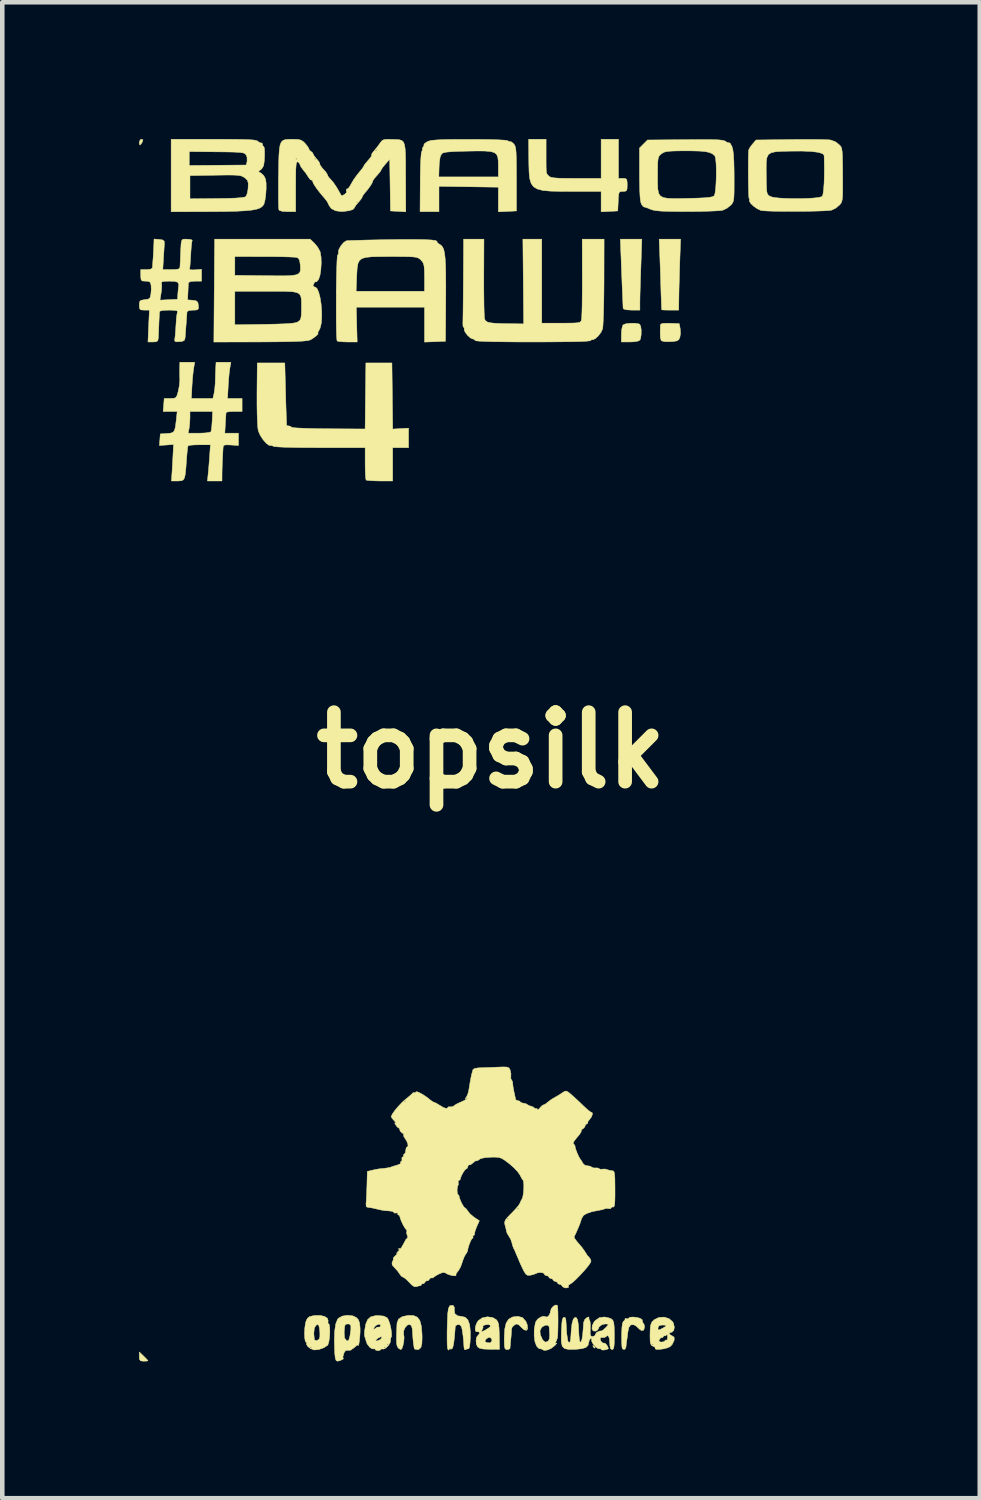
<source format=kicad_pcb>
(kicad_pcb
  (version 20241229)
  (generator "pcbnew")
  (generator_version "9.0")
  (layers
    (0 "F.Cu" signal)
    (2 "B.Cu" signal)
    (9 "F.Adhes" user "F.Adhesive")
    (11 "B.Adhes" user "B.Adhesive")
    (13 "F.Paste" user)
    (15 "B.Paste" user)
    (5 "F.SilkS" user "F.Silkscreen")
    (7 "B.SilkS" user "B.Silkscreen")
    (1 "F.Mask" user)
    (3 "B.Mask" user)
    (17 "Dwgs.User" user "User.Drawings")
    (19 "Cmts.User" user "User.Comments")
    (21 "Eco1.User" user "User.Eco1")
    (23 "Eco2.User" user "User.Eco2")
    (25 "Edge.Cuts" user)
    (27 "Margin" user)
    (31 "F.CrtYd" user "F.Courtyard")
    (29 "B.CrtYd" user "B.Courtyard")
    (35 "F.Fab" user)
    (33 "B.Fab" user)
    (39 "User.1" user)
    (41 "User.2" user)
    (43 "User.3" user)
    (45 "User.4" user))
  (footprint "topsilk"
    (layer "F.Cu")
    (at 7.72 13.403)
    (property "Reference" "topsilk" (at 0 0 0) (layer "F.SilkS") (effects (font (size 1.524 1.524) (thickness 0.3))))
    (attr through_hole)
    (fp_poly (pts (xy -2 10.938) (xy -2.016 10.954) (xy -2.032 10.938) (xy -2.016 10.922) (xy -2 10.938)) (stroke (width 0.01) (type solid)) (fill yes) (layer "F.SilkS"))
    (fp_poly (pts (xy 2.249 13.062) (xy 2.283 13.094) (xy 2.276 13.112) (xy 2.272 13.113) (xy 2.245 13.09) (xy 2.235 13.076) (xy 2.232 13.054) (xy 2.249 13.062)) (stroke (width 0.01) (type solid)) (fill yes) (layer "F.SilkS"))
    (fp_poly (pts (xy -7.635 -13.388) (xy -7.647 -13.344) (xy -7.652 -13.335) (xy -7.684 -13.285) (xy -7.7 -13.271) (xy -7.713 -13.298) (xy -7.715 -13.335) (xy -7.695 -13.387) (xy -7.667 -13.399) (xy -7.635 -13.388)) (stroke (width 0.01) (type solid)) (fill yes) (layer "F.SilkS"))
    (fp_poly (pts (xy -7.62 13.287) (xy -7.561 13.346) (xy -7.528 13.383) (xy -7.525 13.389) (xy -7.552 13.396) (xy -7.619 13.398) (xy -7.62 13.399) (xy -7.686 13.391) (xy -7.712 13.357) (xy -7.715 13.297) (xy -7.715 13.196) (xy -7.62 13.287)) (stroke (width 0.01) (type solid)) (fill yes) (layer "F.SilkS"))
    (fp_poly (pts (xy 3.226 -9.354) (xy 3.259 -9.342) (xy 3.281 -9.297) (xy 3.292 -9.214) (xy 3.291 -9.118) (xy 3.279 -9.034) (xy 3.262 -8.993) (xy 3.211 -8.969) (xy 3.113 -8.956) (xy 3.044 -8.954) (xy 2.857 -8.954) (xy 2.857 -9.122) (xy 2.864 -9.224) (xy 2.882 -9.303) (xy 2.896 -9.328) (xy 2.95 -9.351) (xy 3.04 -9.363) (xy 3.141 -9.365) (xy 3.226 -9.354)) (stroke (width 0.01) (type solid)) (fill yes) (layer "F.SilkS"))
    (fp_poly (pts (xy 3.921 -9.363) (xy 4.126 -9.356) (xy 4.147 -9.245) (xy 4.154 -9.144) (xy 4.14 -9.054) (xy 4.139 -9.052) (xy 4.116 -9.004) (xy 4.076 -8.978) (xy 4.002 -8.965) (xy 3.931 -8.96) (xy 3.81 -8.961) (xy 3.74 -8.978) (xy 3.729 -8.989) (xy 3.712 -9.053) (xy 3.708 -9.178) (xy 3.712 -9.32) (xy 3.725 -9.347) (xy 3.77 -9.361) (xy 3.859 -9.364) (xy 3.921 -9.363)) (stroke (width 0.01) (type solid)) (fill yes) (layer "F.SilkS"))
    (fp_poly (pts (xy 3.285 -10.597) (xy 3.278 -10.393) (xy 3.272 -10.2) (xy 3.267 -10.03) (xy 3.264 -9.897) (xy 3.263 -9.819) (xy 3.263 -9.652) (xy 3.082 -9.652) (xy 2.962 -9.659) (xy 2.903 -9.679) (xy 2.896 -9.692) (xy 2.893 -9.737) (xy 2.889 -9.837) (xy 2.883 -9.981) (xy 2.875 -10.16) (xy 2.867 -10.365) (xy 2.858 -10.586) (xy 2.85 -10.814) (xy 2.845 -10.93) (xy 2.835 -11.208) (xy 3.306 -11.208) (xy 3.285 -10.597)) (stroke (width 0.01) (type solid)) (fill yes) (layer "F.SilkS"))
    (fp_poly (pts (xy 4.14 -10.771) (xy 4.134 -10.57) (xy 4.128 -10.354) (xy 4.122 -10.148) (xy 4.119 -9.993) (xy 4.114 -9.652) (xy 3.93 -9.652) (xy 3.831 -9.653) (xy 3.762 -9.656) (xy 3.742 -9.66) (xy 3.739 -9.693) (xy 3.736 -9.777) (xy 3.731 -9.899) (xy 3.726 -10.046) (xy 3.726 -10.049) (xy 3.72 -10.25) (xy 3.713 -10.479) (xy 3.705 -10.702) (xy 3.701 -10.819) (xy 3.686 -11.208) (xy 4.156 -11.208) (xy 4.14 -10.771)) (stroke (width 0.01) (type solid)) (fill yes) (layer "F.SilkS"))
    (fp_poly (pts (xy 0.69 12.443) (xy 0.763 12.526) (xy 0.792 12.598) (xy 0.802 12.685) (xy 0.776 12.723) (xy 0.722 12.709) (xy 0.694 12.684) (xy 0.762 12.684) (xy 0.778 12.7) (xy 0.794 12.684) (xy 0.778 12.668) (xy 0.762 12.684) (xy 0.694 12.684) (xy 0.658 12.651) (xy 0.601 12.595) (xy 0.556 12.584) (xy 0.516 12.601) (xy 0.463 12.65) (xy 0.449 12.692) (xy 0.446 12.754) (xy 0.439 12.853) (xy 0.432 12.922) (xy 0.423 13.023) (xy 0.416 13.097) (xy 0.414 13.121) (xy 0.386 13.14) (xy 0.351 13.145) (xy 0.32 13.139) (xy 0.302 13.114) (xy 0.292 13.057) (xy 0.289 12.956) (xy 0.289 12.884) (xy 0.299 12.696) (xy 0.33 12.562) (xy 0.387 12.475) (xy 0.475 12.428) (xy 0.589 12.415) (xy 0.69 12.443)) (stroke (width 0.01) (type solid)) (fill yes) (layer "F.SilkS"))
    (fp_poly (pts (xy 3.198 12.44) (xy 3.263 12.457) (xy 3.311 12.486) (xy 3.318 12.51) (xy 3.323 12.548) (xy 3.333 12.557) (xy 3.358 12.601) (xy 3.365 12.654) (xy 3.347 12.716) (xy 3.301 12.729) (xy 3.245 12.69) (xy 3.232 12.674) (xy 3.168 12.618) (xy 3.121 12.598) (xy 3.062 12.602) (xy 3.023 12.654) (xy 2.999 12.761) (xy 2.995 12.795) (xy 2.983 12.894) (xy 2.974 12.954) (xy 2.963 13.039) (xy 2.958 13.089) (xy 2.935 13.138) (xy 2.895 13.137) (xy 2.876 13.117) (xy 2.869 13.075) (xy 2.864 12.985) (xy 2.863 12.865) (xy 2.863 12.812) (xy 2.869 12.663) (xy 2.881 12.57) (xy 2.901 12.525) (xy 2.91 12.519) (xy 2.938 12.489) (xy 2.935 12.475) (xy 2.943 12.46) (xy 2.967 12.466) (xy 3.009 12.468) (xy 3.016 12.455) (xy 3.044 12.435) (xy 3.111 12.43) (xy 3.198 12.44)) (stroke (width 0.01) (type solid)) (fill yes) (layer "F.SilkS"))
    (fp_poly (pts (xy -1.699 12.398) (xy -1.618 12.434) (xy -1.562 12.508) (xy -1.53 12.629) (xy -1.515 12.802) (xy -1.513 12.875) (xy -1.518 13.014) (xy -1.54 13.099) (xy -1.583 13.139) (xy -1.618 13.145) (xy -1.672 13.135) (xy -1.685 13.121) (xy -1.693 13.072) (xy -1.7 13.033) (xy -1.708 12.967) (xy -1.717 12.864) (xy -1.721 12.789) (xy -1.73 12.68) (xy -1.749 12.62) (xy -1.781 12.595) (xy -1.786 12.593) (xy -1.838 12.608) (xy -1.887 12.663) (xy -1.918 12.737) (xy -1.918 12.806) (xy -1.917 12.81) (xy -1.908 12.874) (xy -1.914 12.962) (xy -1.931 13.051) (xy -1.954 13.119) (xy -1.979 13.145) (xy -2.025 13.12) (xy -2.05 13.089) (xy -2.064 13.055) (xy -2.072 13) (xy -2.075 12.915) (xy -2.073 12.79) (xy -2.066 12.613) (xy -2.063 12.561) (xy -2.03 12.475) (xy -1.942 12.419) (xy -1.812 12.394) (xy -1.699 12.398)) (stroke (width 0.01) (type solid)) (fill yes) (layer "F.SilkS"))
    (fp_poly (pts (xy -0.804 12.221) (xy -0.806 12.265) (xy -0.797 12.353) (xy -0.738 12.403) (xy -0.665 12.414) (xy -0.573 12.433) (xy -0.51 12.491) (xy -0.471 12.596) (xy -0.455 12.754) (xy -0.455 12.852) (xy -0.461 12.985) (xy -0.472 13.079) (xy -0.487 13.122) (xy -0.492 13.123) (xy -0.543 13.136) (xy -0.558 13.146) (xy -0.585 13.145) (xy -0.595 13.088) (xy -0.603 12.963) (xy -0.616 12.831) (xy -0.633 12.715) (xy -0.649 12.643) (xy -0.686 12.601) (xy -0.739 12.596) (xy -0.779 12.624) (xy -0.786 12.647) (xy -0.801 12.843) (xy -0.817 12.983) (xy -0.833 13.072) (xy -0.851 13.119) (xy -0.855 13.123) (xy -0.885 13.138) (xy -0.889 13.127) (xy -0.903 13.122) (xy -0.917 13.139) (xy -0.94 13.157) (xy -0.956 13.116) (xy -0.957 13.108) (xy -0.963 13.036) (xy -0.965 12.915) (xy -0.965 12.762) (xy -0.961 12.591) (xy -0.954 12.418) (xy -0.952 12.36) (xy -0.936 12.243) (xy -0.906 12.183) (xy -0.897 12.178) (xy -0.833 12.174) (xy -0.804 12.221)) (stroke (width 0.01) (type solid)) (fill yes) (layer "F.SilkS"))
    (fp_poly (pts (xy 1.206 -13.049) (xy 1.206 -12.886) (xy 1.207 -12.775) (xy 1.21 -12.704) (xy 1.216 -12.661) (xy 1.227 -12.635) (xy 1.245 -12.614) (xy 1.261 -12.597) (xy 1.286 -12.576) (xy 1.325 -12.562) (xy 1.387 -12.552) (xy 1.483 -12.545) (xy 1.62 -12.542) (xy 1.809 -12.541) (xy 1.862 -12.541) (xy 2.413 -12.541) (xy 2.413 -13.399) (xy 2.794 -13.399) (xy 2.794 -12.541) (xy 2.889 -12.541) (xy 2.948 -12.537) (xy 2.976 -12.513) (xy 2.984 -12.452) (xy 2.985 -12.398) (xy 2.982 -12.311) (xy 2.966 -12.269) (xy 2.925 -12.256) (xy 2.891 -12.255) (xy 2.841 -12.253) (xy 2.812 -12.237) (xy 2.798 -12.192) (xy 2.79 -12.105) (xy 2.788 -12.041) (xy 2.778 -11.827) (xy 2.596 -11.817) (xy 2.413 -11.808) (xy 2.413 -12.255) (xy 1.777 -12.255) (xy 1.508 -12.256) (xy 1.295 -12.262) (xy 1.133 -12.277) (xy 1.014 -12.308) (xy 0.931 -12.357) (xy 0.878 -12.431) (xy 0.847 -12.535) (xy 0.833 -12.672) (xy 0.828 -12.849) (xy 0.827 -12.941) (xy 0.823 -13.399) (xy 1.206 -13.399) (xy 1.206 -13.049)) (stroke (width 0.01) (type solid)) (fill yes) (layer "F.SilkS"))
    (fp_poly (pts (xy -3.651 12.417) (xy -3.588 12.459) (xy -3.573 12.515) (xy -3.576 12.525) (xy -3.578 12.566) (xy -3.566 12.573) (xy -3.547 12.601) (xy -3.538 12.674) (xy -3.537 12.772) (xy -3.544 12.878) (xy -3.558 12.972) (xy -3.578 13.038) (xy -3.588 13.052) (xy -3.672 13.105) (xy -3.779 13.143) (xy -3.876 13.152) (xy -3.889 13.15) (xy -3.96 13.122) (xy -3.993 13.097) (xy -3.969 13.097) (xy -3.953 13.113) (xy -3.937 13.097) (xy -3.953 13.081) (xy -3.969 13.097) (xy -3.993 13.097) (xy -4.019 13.077) (xy -4.048 13.031) (xy -4.046 13.013) (xy -4.049 12.987) (xy -4.057 12.986) (xy -4.076 12.957) (xy -4.088 12.884) (xy -4.091 12.79) (xy -3.888 12.79) (xy -3.876 12.928) (xy -3.848 12.945) (xy -3.818 12.946) (xy -3.77 12.914) (xy -3.755 12.861) (xy -3.755 12.769) (xy -3.764 12.677) (xy -3.78 12.61) (xy -3.805 12.594) (xy -3.837 12.609) (xy -3.876 12.671) (xy -3.888 12.79) (xy -4.091 12.79) (xy -4.091 12.784) (xy -4.086 12.676) (xy -4.073 12.578) (xy -4.059 12.524) (xy -4.029 12.459) (xy -3.985 12.423) (xy -3.906 12.403) (xy -3.867 12.397) (xy -3.748 12.395) (xy -3.651 12.417)) (stroke (width 0.01) (type solid)) (fill yes) (layer "F.SilkS"))
    (fp_poly (pts (xy 0.035 12.442) (xy 0.111 12.486) (xy 0.142 12.523) (xy 0.162 12.576) (xy 0.173 12.659) (xy 0.179 12.786) (xy 0.18 12.842) (xy 0.185 13.139) (xy -0.033 13.138) (xy -0.167 13.132) (xy -0.251 13.115) (xy -0.296 13.085) (xy -0.324 13.024) (xy -0.328 12.964) (xy -0.136 12.964) (xy -0.101 12.989) (xy -0.026 12.998) (xy 0.015 12.964) (xy 0.018 12.928) (xy -0.012 12.882) (xy -0.065 12.881) (xy -0.117 12.921) (xy -0.136 12.964) (xy -0.328 12.964) (xy -0.33 12.943) (xy -0.317 12.87) (xy -0.287 12.833) (xy -0.257 12.796) (xy -0.254 12.778) (xy -0.276 12.748) (xy -0.302 12.752) (xy -0.337 12.744) (xy -0.337 12.744) (xy -0.212 12.744) (xy -0.199 12.75) (xy -0.142 12.724) (xy -0.131 12.718) (xy -0.061 12.676) (xy -0.019 12.642) (xy -0.018 12.64) (xy -0.021 12.608) (xy -0.066 12.593) (xy -0.132 12.603) (xy -0.143 12.607) (xy -0.183 12.627) (xy -0.181 12.634) (xy -0.175 12.659) (xy -0.192 12.702) (xy -0.212 12.744) (xy -0.337 12.744) (xy -0.349 12.696) (xy -0.339 12.625) (xy -0.308 12.549) (xy -0.281 12.509) (xy -0.193 12.448) (xy -0.079 12.425) (xy 0.035 12.442)) (stroke (width 0.01) (type solid)) (fill yes) (layer "F.SilkS"))
    (fp_poly (pts (xy -3.034 12.404) (xy -2.956 12.44) (xy -2.91 12.49) (xy -2.885 12.558) (xy -2.874 12.665) (xy -2.873 12.68) (xy -2.873 12.761) (xy -2.879 12.854) (xy -2.888 12.944) (xy -2.898 13.015) (xy -2.909 13.055) (xy -2.917 13.047) (xy -2.918 13.043) (xy -2.939 13.048) (xy -2.988 13.088) (xy -3.001 13.1) (xy -3.083 13.158) (xy -3.14 13.161) (xy -3.189 13.163) (xy -3.224 13.213) (xy -3.233 13.239) (xy -3.25 13.304) (xy -3.246 13.335) (xy -3.245 13.335) (xy -3.238 13.345) (xy -3.27 13.366) (xy -3.319 13.387) (xy -3.365 13.398) (xy -3.368 13.398) (xy -3.399 13.383) (xy -3.418 13.329) (xy -3.429 13.224) (xy -3.429 13.216) (xy -3.438 12.953) (xy -3.432 12.779) (xy -3.222 12.779) (xy -3.213 12.89) (xy -3.171 12.946) (xy -3.137 12.954) (xy -3.118 12.926) (xy -3.098 12.857) (xy -3.094 12.835) (xy -3.076 12.707) (xy -3.075 12.629) (xy -3.093 12.591) (xy -3.133 12.581) (xy -3.143 12.582) (xy -3.182 12.587) (xy -3.203 12.607) (xy -3.214 12.657) (xy -3.221 12.751) (xy -3.222 12.779) (xy -3.432 12.779) (xy -3.431 12.741) (xy -3.407 12.581) (xy -3.367 12.479) (xy -3.35 12.458) (xy -3.264 12.41) (xy -3.15 12.391) (xy -3.034 12.404)) (stroke (width 0.01) (type solid)) (fill yes) (layer "F.SilkS"))
    (fp_poly (pts (xy 1.453 12.174) (xy 1.46 12.211) (xy 1.465 12.295) (xy 1.467 12.411) (xy 1.468 12.542) (xy 1.466 12.673) (xy 1.463 12.787) (xy 1.457 12.868) (xy 1.454 12.89) (xy 1.427 12.961) (xy 1.415 12.983) (xy 1.404 13.012) (xy 1.432 13.001) (xy 1.442 13.003) (xy 1.412 13.04) (xy 1.395 13.058) (xy 1.318 13.117) (xy 1.234 13.154) (xy 1.162 13.162) (xy 1.125 13.142) (xy 1.088 13.125) (xy 1.079 13.129) (xy 1.044 13.118) (xy 0.998 13.067) (xy 0.995 13.062) (xy 0.961 12.97) (xy 0.945 12.842) (xy 0.946 12.737) (xy 1.071 12.737) (xy 1.08 12.815) (xy 1.087 12.838) (xy 1.135 12.938) (xy 1.189 12.981) (xy 1.244 12.965) (xy 1.261 12.946) (xy 1.278 12.906) (xy 1.284 12.835) (xy 1.279 12.721) (xy 1.273 12.644) (xy 1.247 12.61) (xy 1.192 12.609) (xy 1.131 12.639) (xy 1.1 12.671) (xy 1.071 12.737) (xy 0.946 12.737) (xy 0.947 12.701) (xy 0.968 12.573) (xy 0.98 12.534) (xy 1.025 12.473) (xy 1.093 12.429) (xy 1.16 12.412) (xy 1.197 12.426) (xy 1.234 12.429) (xy 1.273 12.39) (xy 1.299 12.329) (xy 1.302 12.3) (xy 1.322 12.241) (xy 1.368 12.191) (xy 1.421 12.165) (xy 1.453 12.174)) (stroke (width 0.01) (type solid)) (fill yes) (layer "F.SilkS"))
    (fp_poly (pts (xy -4.506 -7.811) (xy -4.501 -7.609) (xy -4.495 -7.431) (xy -4.49 -7.285) (xy -4.486 -7.18) (xy -4.483 -7.125) (xy -4.482 -7.12) (xy -4.451 -7.113) (xy -4.429 -7.112) (xy -4.387 -7.097) (xy -4.381 -7.084) (xy -4.351 -7.076) (xy -4.266 -7.068) (xy -4.133 -7.062) (xy -3.962 -7.056) (xy -3.76 -7.052) (xy -3.572 -7.05) (xy -2.763 -7.045) (xy -2.755 -7.769) (xy -2.746 -8.493) (xy -2.175 -8.493) (xy -2.166 -7.768) (xy -2.158 -7.043) (xy -1.984 -7.054) (xy -1.81 -7.064) (xy -1.81 -6.85) (xy -1.81 -6.636) (xy -2.159 -6.636) (xy -2.159 -5.905) (xy -2.439 -5.905) (xy -2.567 -5.908) (xy -2.67 -5.914) (xy -2.731 -5.922) (xy -2.741 -5.927) (xy -2.75 -5.965) (xy -2.757 -6.053) (xy -2.761 -6.177) (xy -2.762 -6.292) (xy -2.762 -6.636) (xy -3.761 -6.636) (xy -4.069 -6.637) (xy -4.326 -6.64) (xy -4.527 -6.645) (xy -4.671 -6.652) (xy -4.756 -6.66) (xy -4.779 -6.668) (xy -4.817 -6.686) (xy -4.828 -6.682) (xy -4.873 -6.688) (xy -4.935 -6.736) (xy -5.002 -6.813) (xy -5.062 -6.904) (xy -5.102 -6.995) (xy -5.108 -7.018) (xy -5.118 -7.092) (xy -5.125 -7.217) (xy -5.131 -7.383) (xy -5.134 -7.575) (xy -5.134 -7.783) (xy -5.134 -7.825) (xy -5.128 -8.493) (xy -4.524 -8.493) (xy -4.506 -7.811)) (stroke (width 0.01) (type solid)) (fill yes) (layer "F.SilkS"))
    (fp_poly (pts (xy -0.215 -13.395) (xy 0.003 -13.392) (xy 0.174 -13.386) (xy 0.294 -13.379) (xy 0.357 -13.37) (xy 0.366 -13.365) (xy 0.401 -13.346) (xy 0.411 -13.35) (xy 0.448 -13.34) (xy 0.496 -13.299) (xy 0.515 -13.273) (xy 0.53 -13.238) (xy 0.541 -13.185) (xy 0.548 -13.107) (xy 0.553 -12.994) (xy 0.555 -12.837) (xy 0.556 -12.63) (xy 0.556 -12.53) (xy 0.556 -11.827) (xy 0.357 -11.817) (xy 0.159 -11.808) (xy 0.159 -12.348) (xy -1.143 -12.367) (xy -1.143 -12.089) (xy -1.143 -11.811) (xy -1.558 -11.811) (xy -1.554 -12.461) (xy -1.553 -12.573) (xy -1.147 -12.573) (xy 0.159 -12.573) (xy 0.159 -12.804) (xy 0.157 -12.92) (xy 0.147 -13.006) (xy 0.121 -13.067) (xy 0.071 -13.107) (xy -0.012 -13.13) (xy -0.135 -13.141) (xy -0.306 -13.142) (xy -0.505 -13.139) (xy -0.712 -13.134) (xy -0.863 -13.127) (xy -0.969 -13.118) (xy -1.037 -13.105) (xy -1.076 -13.088) (xy -1.084 -13.081) (xy -1.117 -13.012) (xy -1.136 -12.883) (xy -1.14 -12.803) (xy -1.147 -12.573) (xy -1.553 -12.573) (xy -1.552 -12.666) (xy -1.547 -12.844) (xy -1.54 -12.987) (xy -1.532 -13.084) (xy -1.522 -13.129) (xy -1.521 -13.13) (xy -1.504 -13.167) (xy -1.508 -13.176) (xy -1.503 -13.215) (xy -1.492 -13.224) (xy -1.472 -13.26) (xy -1.476 -13.271) (xy -1.462 -13.302) (xy -1.407 -13.341) (xy -1.395 -13.347) (xy -1.354 -13.363) (xy -1.295 -13.375) (xy -1.21 -13.383) (xy -1.093 -13.39) (xy -0.934 -13.394) (xy -0.727 -13.396) (xy -0.475 -13.396) (xy -0.215 -13.395)) (stroke (width 0.01) (type solid)) (fill yes) (layer "F.SilkS"))
    (fp_poly (pts (xy -2.358 12.409) (xy -2.28 12.445) (xy -2.249 12.498) (xy -2.219 12.585) (xy -2.196 12.687) (xy -2.183 12.783) (xy -2.183 12.854) (xy -2.194 12.877) (xy -2.208 12.916) (xy -2.204 12.933) (xy -2.211 12.986) (xy -2.25 13.051) (xy -2.304 13.107) (xy -2.356 13.133) (xy -2.369 13.132) (xy -2.408 13.129) (xy -2.413 13.139) (xy -2.44 13.16) (xy -2.477 13.168) (xy -2.528 13.158) (xy -2.54 13.141) (xy -2.56 13.124) (xy -2.574 13.13) (xy -2.618 13.125) (xy -2.653 13.097) (xy -2.349 13.097) (xy -2.334 13.113) (xy -2.318 13.097) (xy -2.334 13.081) (xy -2.349 13.097) (xy -2.653 13.097) (xy -2.672 13.081) (xy -2.708 13.033) (xy -2.286 13.033) (xy -2.27 13.049) (xy -2.254 13.033) (xy -2.27 13.018) (xy -2.286 13.033) (xy -2.708 13.033) (xy -2.719 13.018) (xy -2.739 12.963) (xy -2.746 12.94) (xy -2.533 12.94) (xy -2.521 12.952) (xy -2.504 12.953) (xy -2.441 12.931) (xy -2.413 12.906) (xy -2.393 12.868) (xy -2.416 12.862) (xy -2.47 12.888) (xy -2.494 12.905) (xy -2.533 12.94) (xy -2.746 12.94) (xy -2.757 12.897) (xy -2.767 12.875) (xy -2.778 12.822) (xy -2.776 12.748) (xy -2.765 12.68) (xy -2.578 12.68) (xy -2.575 12.7) (xy -2.575 12.7) (xy -2.531 12.677) (xy -2.524 12.668) (xy -2.487 12.649) (xy -2.477 12.652) (xy -2.438 12.648) (xy -2.431 12.639) (xy -2.424 12.6) (xy -2.456 12.588) (xy -2.507 12.604) (xy -2.544 12.633) (xy -2.578 12.68) (xy -2.765 12.68) (xy -2.751 12.59) (xy -2.707 12.486) (xy -2.639 12.426) (xy -2.538 12.4) (xy -2.489 12.397) (xy -2.358 12.409)) (stroke (width 0.01) (type solid)) (fill yes) (layer "F.SilkS"))
    (fp_poly (pts (xy 3.902 12.465) (xy 3.982 12.535) (xy 3.997 12.561) (xy 4.018 12.649) (xy 4.007 12.722) (xy 3.967 12.761) (xy 3.951 12.764) (xy 3.909 12.779) (xy 3.916 12.811) (xy 3.966 12.842) (xy 3.969 12.843) (xy 4.013 12.871) (xy 4.016 12.928) (xy 4.011 12.948) (xy 3.972 13.03) (xy 3.925 13.08) (xy 3.867 13.106) (xy 3.787 13.127) (xy 3.703 13.139) (xy 3.634 13.141) (xy 3.599 13.13) (xy 3.6 13.119) (xy 3.59 13.088) (xy 3.556 13.072) (xy 3.521 13.055) (xy 3.508 13.033) (xy 3.524 13.033) (xy 3.54 13.049) (xy 3.556 13.033) (xy 3.54 13.018) (xy 3.524 13.033) (xy 3.508 13.033) (xy 3.499 13.018) (xy 3.489 12.96) (xy 3.678 12.96) (xy 3.712 12.976) (xy 3.734 12.979) (xy 3.792 12.972) (xy 3.81 12.952) (xy 3.829 12.933) (xy 3.842 12.938) (xy 3.864 12.926) (xy 3.871 12.869) (xy 3.865 12.818) (xy 3.853 12.818) (xy 3.852 12.819) (xy 3.821 12.845) (xy 3.807 12.841) (xy 3.78 12.847) (xy 3.778 12.859) (xy 3.762 12.882) (xy 3.753 12.879) (xy 3.718 12.888) (xy 3.693 12.918) (xy 3.678 12.96) (xy 3.489 12.96) (xy 3.488 12.951) (xy 3.485 12.841) (xy 3.488 12.716) (xy 3.492 12.668) (xy 3.66 12.668) (xy 3.661 12.709) (xy 3.685 12.713) (xy 3.748 12.683) (xy 3.748 12.683) (xy 3.812 12.646) (xy 3.841 12.621) (xy 3.842 12.62) (xy 3.814 12.609) (xy 3.753 12.605) (xy 3.685 12.618) (xy 3.66 12.664) (xy 3.66 12.668) (xy 3.492 12.668) (xy 3.498 12.609) (xy 3.526 12.539) (xy 3.574 12.491) (xy 3.678 12.44) (xy 3.794 12.432) (xy 3.902 12.465)) (stroke (width 0.01) (type solid)) (fill yes) (layer "F.SilkS"))
    (fp_poly (pts (xy 2.238 -11.208) (xy 2.478 -11.208) (xy 2.476 -10.273) (xy 2.474 -10.03) (xy 2.471 -9.804) (xy 2.466 -9.604) (xy 2.46 -9.438) (xy 2.453 -9.315) (xy 2.446 -9.245) (xy 2.444 -9.238) (xy 2.409 -9.163) (xy 2.352 -9.088) (xy 2.289 -9.03) (xy 2.235 -9.002) (xy 2.217 -9.005) (xy 2.192 -8.997) (xy 2.191 -8.987) (xy 2.164 -8.978) (xy 2.083 -8.97) (xy 1.945 -8.963) (xy 1.75 -8.959) (xy 1.495 -8.956) (xy 1.18 -8.954) (xy 0.921 -8.954) (xy 0.566 -8.954) (xy 0.267 -8.957) (xy 0.026 -8.96) (xy -0.157 -8.966) (xy -0.28 -8.973) (xy -0.342 -8.981) (xy -0.349 -8.985) (xy -0.375 -9.014) (xy -0.396 -9.017) (xy -0.449 -9.039) (xy -0.511 -9.093) (xy -0.564 -9.159) (xy -0.59 -9.216) (xy -0.589 -9.231) (xy -0.59 -9.267) (xy -0.6 -9.271) (xy -0.616 -9.298) (xy -0.619 -9.358) (xy -0.618 -9.412) (xy -0.616 -9.521) (xy -0.614 -9.674) (xy -0.612 -9.864) (xy -0.61 -10.08) (xy -0.608 -10.314) (xy -0.608 -10.327) (xy -0.603 -11.208) (xy -0.157 -11.208) (xy -0.16 -10.358) (xy -0.16 -10.13) (xy -0.158 -9.921) (xy -0.156 -9.74) (xy -0.152 -9.596) (xy -0.147 -9.498) (xy -0.142 -9.456) (xy -0.12 -9.418) (xy -0.081 -9.391) (xy -0.015 -9.374) (xy 0.089 -9.363) (xy 0.24 -9.357) (xy 0.349 -9.355) (xy 0.714 -9.35) (xy 0.706 -10.279) (xy 0.697 -11.208) (xy 1.111 -11.208) (xy 1.111 -9.366) (xy 1.536 -9.366) (xy 1.708 -9.367) (xy 1.826 -9.369) (xy 1.902 -9.375) (xy 1.946 -9.387) (xy 1.969 -9.405) (xy 1.98 -9.432) (xy 1.982 -9.438) (xy 1.987 -9.488) (xy 1.992 -9.592) (xy 1.996 -9.742) (xy 1.998 -9.927) (xy 2 -10.139) (xy 2 -10.358) (xy 1.998 -11.208) (xy 2.238 -11.208)) (stroke (width 0.01) (type solid)) (fill yes) (layer "F.SilkS"))
    (fp_poly (pts (xy -1.459 -11.198) (xy -1.307 -11.19) (xy -1.215 -11.177) (xy -1.184 -11.16) (xy -1.188 -11.153) (xy -1.178 -11.127) (xy -1.135 -11.099) (xy -1.096 -11.073) (xy -1.064 -11.036) (xy -1.039 -10.981) (xy -1.021 -10.901) (xy -1.008 -10.79) (xy -0.999 -10.641) (xy -0.995 -10.449) (xy -0.993 -10.206) (xy -0.994 -9.906) (xy -0.994 -9.902) (xy -1 -8.969) (xy -1.23 -8.96) (xy -1.46 -8.951) (xy -1.46 -9.716) (xy -2.956 -9.716) (xy -2.947 -9.334) (xy -2.937 -8.953) (xy -3.146 -8.953) (xy -3.256 -8.957) (xy -3.339 -8.965) (xy -3.377 -8.975) (xy -3.383 -9.012) (xy -3.389 -9.102) (xy -3.393 -9.236) (xy -3.395 -9.403) (xy -3.396 -9.594) (xy -3.396 -9.8) (xy -3.395 -10.011) (xy -3.395 -10.065) (xy -2.96 -10.065) (xy -1.46 -10.065) (xy -1.46 -10.368) (xy -1.462 -10.511) (xy -1.468 -10.606) (xy -1.482 -10.669) (xy -1.506 -10.713) (xy -1.538 -10.749) (xy -1.568 -10.776) (xy -1.599 -10.796) (xy -1.641 -10.81) (xy -1.705 -10.819) (xy -1.8 -10.824) (xy -1.935 -10.826) (xy -2.12 -10.827) (xy -2.205 -10.827) (xy -2.437 -10.826) (xy -2.614 -10.822) (xy -2.743 -10.809) (xy -2.832 -10.783) (xy -2.888 -10.738) (xy -2.921 -10.671) (xy -2.937 -10.575) (xy -2.945 -10.447) (xy -2.948 -10.375) (xy -2.96 -10.065) (xy -3.395 -10.065) (xy -3.393 -10.218) (xy -3.39 -10.412) (xy -3.385 -10.582) (xy -3.38 -10.719) (xy -3.374 -10.814) (xy -3.367 -10.857) (xy -3.366 -10.858) (xy -3.348 -10.884) (xy -3.35 -10.922) (xy -3.337 -10.987) (xy -3.291 -11.066) (xy -3.23 -11.137) (xy -3.17 -11.174) (xy -3.169 -11.174) (xy -3.127 -11.177) (xy -3.031 -11.18) (xy -2.888 -11.184) (xy -2.709 -11.189) (xy -2.501 -11.193) (xy -2.286 -11.197) (xy -1.948 -11.202) (xy -1.672 -11.202) (xy -1.459 -11.198)) (stroke (width 0.01) (type solid)) (fill yes) (layer "F.SilkS"))
    (fp_poly (pts (xy -5.81 -13.398) (xy -5.593 -13.397) (xy -5.426 -13.394) (xy -5.302 -13.389) (xy -5.215 -13.383) (xy -5.159 -13.374) (xy -5.125 -13.362) (xy -5.112 -13.351) (xy -5.067 -13.32) (xy -5.045 -13.321) (xy -5.02 -13.312) (xy -5.016 -13.289) (xy -5.001 -13.246) (xy -4.987 -13.24) (xy -4.974 -13.211) (xy -4.968 -13.139) (xy -4.968 -13.04) (xy -4.973 -12.936) (xy -4.985 -12.843) (xy -4.991 -12.815) (xy -5.03 -12.751) (xy -5.062 -12.725) (xy -5.098 -12.699) (xy -5.082 -12.676) (xy -5.046 -12.657) (xy -4.985 -12.601) (xy -4.946 -12.525) (xy -4.934 -12.437) (xy -4.933 -12.315) (xy -4.942 -12.182) (xy -4.959 -12.061) (xy -4.981 -11.977) (xy -4.986 -11.968) (xy -5.018 -11.926) (xy -5.068 -11.892) (xy -5.143 -11.865) (xy -5.249 -11.845) (xy -5.393 -11.831) (xy -5.58 -11.821) (xy -5.817 -11.815) (xy -6.11 -11.812) (xy -6.16 -11.812) (xy -7.017 -11.809) (xy -7.017 -12.602) (xy -6.604 -12.602) (xy -6.604 -12.093) (xy -6.01 -12.099) (xy -5.776 -12.103) (xy -5.6 -12.109) (xy -5.478 -12.119) (xy -5.405 -12.131) (xy -5.377 -12.144) (xy -5.352 -12.198) (xy -5.333 -12.288) (xy -5.328 -12.339) (xy -5.326 -12.436) (xy -5.342 -12.496) (xy -5.385 -12.541) (xy -5.407 -12.557) (xy -5.444 -12.58) (xy -5.487 -12.597) (xy -5.545 -12.607) (xy -5.63 -12.613) (xy -5.752 -12.615) (xy -5.92 -12.613) (xy -6.05 -12.611) (xy -6.604 -12.602) (xy -7.017 -12.602) (xy -7.017 -12.824) (xy -6.62 -12.824) (xy -5.995 -12.829) (xy -5.371 -12.834) (xy -5.351 -12.913) (xy -5.352 -13.004) (xy -5.373 -13.055) (xy -5.391 -13.077) (xy -5.419 -13.094) (xy -5.466 -13.105) (xy -5.54 -13.113) (xy -5.651 -13.118) (xy -5.808 -13.121) (xy -6.017 -13.123) (xy -6.62 -13.129) (xy -6.62 -12.824) (xy -7.017 -12.824) (xy -7.017 -13.399) (xy -6.084 -13.399) (xy -5.81 -13.398)) (stroke (width 0.01) (type solid)) (fill yes) (layer "F.SilkS"))
    (fp_poly (pts (xy -5.015 -11.208) (xy -3.968 -11.208) (xy -3.872 -11.116) (xy -3.802 -11.031) (xy -3.753 -10.941) (xy -3.748 -10.926) (xy -3.729 -10.815) (xy -3.725 -10.679) (xy -3.734 -10.537) (xy -3.753 -10.413) (xy -3.783 -10.326) (xy -3.789 -10.317) (xy -3.826 -10.273) (xy -3.842 -10.271) (xy -3.842 -10.272) (xy -3.854 -10.277) (xy -3.879 -10.247) (xy -3.9 -10.205) (xy -3.905 -10.184) (xy -3.88 -10.162) (xy -3.865 -10.16) (xy -3.821 -10.131) (xy -3.783 -10.051) (xy -3.752 -9.934) (xy -3.729 -9.794) (xy -3.716 -9.643) (xy -3.714 -9.494) (xy -3.725 -9.361) (xy -3.75 -9.257) (xy -3.769 -9.218) (xy -3.798 -9.165) (xy -3.798 -9.144) (xy -3.795 -9.129) (xy -3.831 -9.092) (xy -3.888 -9.047) (xy -3.951 -9.007) (xy -3.975 -8.995) (xy -4.027 -8.983) (xy -4.125 -8.973) (xy -4.274 -8.965) (xy -4.476 -8.96) (xy -4.735 -8.956) (xy -5.054 -8.954) (xy -5.07 -8.954) (xy -6.08 -8.952) (xy -6.072 -10.065) (xy -5.62 -10.065) (xy -5.62 -9.33) (xy -4.961 -9.34) (xy -4.726 -9.345) (xy -4.546 -9.351) (xy -4.414 -9.359) (xy -4.322 -9.369) (xy -4.262 -9.383) (xy -4.231 -9.398) (xy -4.194 -9.428) (xy -4.173 -9.471) (xy -4.162 -9.541) (xy -4.159 -9.655) (xy -4.159 -9.693) (xy -4.159 -9.81) (xy -4.162 -9.899) (xy -4.176 -9.965) (xy -4.209 -10.011) (xy -4.268 -10.04) (xy -4.36 -10.056) (xy -4.493 -10.063) (xy -4.674 -10.065) (xy -4.912 -10.065) (xy -4.922 -10.065) (xy -5.62 -10.065) (xy -6.072 -10.065) (xy -6.071 -10.08) (xy -6.069 -10.415) (xy -5.62 -10.415) (xy -4.945 -10.407) (xy -4.703 -10.404) (xy -4.518 -10.404) (xy -4.381 -10.41) (xy -4.286 -10.424) (xy -4.226 -10.447) (xy -4.194 -10.482) (xy -4.181 -10.532) (xy -4.182 -10.598) (xy -4.185 -10.644) (xy -4.199 -10.739) (xy -4.226 -10.788) (xy -4.265 -10.808) (xy -4.317 -10.813) (xy -4.422 -10.818) (xy -4.568 -10.822) (xy -4.745 -10.825) (xy -4.943 -10.826) (xy -4.977 -10.826) (xy -5.62 -10.827) (xy -5.62 -10.415) (xy -6.069 -10.415) (xy -6.063 -11.208) (xy -5.015 -11.208)) (stroke (width 0.01) (type solid)) (fill yes) (layer "F.SilkS"))
    (fp_poly (pts (xy 4.874 -13.39) (xy 4.985 -13.386) (xy 5.061 -13.378) (xy 5.11 -13.368) (xy 5.139 -13.355) (xy 5.144 -13.35) (xy 5.193 -13.321) (xy 5.217 -13.324) (xy 5.241 -13.312) (xy 5.274 -13.256) (xy 5.283 -13.237) (xy 5.302 -13.169) (xy 5.315 -13.065) (xy 5.324 -12.917) (xy 5.329 -12.717) (xy 5.33 -12.581) (xy 5.33 -12.382) (xy 5.329 -12.237) (xy 5.325 -12.135) (xy 5.317 -12.065) (xy 5.303 -12.018) (xy 5.283 -11.984) (xy 5.256 -11.953) (xy 5.172 -11.886) (xy 5.081 -11.843) (xy 5.019 -11.834) (xy 4.906 -11.827) (xy 4.751 -11.821) (xy 4.565 -11.816) (xy 4.36 -11.814) (xy 4.292 -11.814) (xy 4.053 -11.815) (xy 3.869 -11.818) (xy 3.731 -11.823) (xy 3.63 -11.832) (xy 3.558 -11.844) (xy 3.505 -11.86) (xy 3.493 -11.865) (xy 3.415 -11.897) (xy 3.364 -11.912) (xy 3.359 -11.912) (xy 3.328 -11.932) (xy 3.295 -11.978) (xy 3.279 -12.033) (xy 3.267 -12.135) (xy 3.259 -12.288) (xy 3.257 -12.434) (xy 3.651 -12.434) (xy 3.656 -12.306) (xy 3.674 -12.214) (xy 3.713 -12.154) (xy 3.781 -12.119) (xy 3.886 -12.102) (xy 4.036 -12.098) (xy 4.239 -12.101) (xy 4.32 -12.103) (xy 4.526 -12.108) (xy 4.676 -12.115) (xy 4.78 -12.124) (xy 4.847 -12.137) (xy 4.885 -12.154) (xy 4.892 -12.16) (xy 4.91 -12.21) (xy 4.924 -12.308) (xy 4.933 -12.438) (xy 4.938 -12.585) (xy 4.939 -12.733) (xy 4.934 -12.867) (xy 4.924 -12.972) (xy 4.908 -13.032) (xy 4.905 -13.036) (xy 4.856 -13.078) (xy 4.794 -13.107) (xy 4.707 -13.127) (xy 4.585 -13.139) (xy 4.417 -13.144) (xy 4.277 -13.145) (xy 4.094 -13.144) (xy 3.964 -13.14) (xy 3.874 -13.133) (xy 3.812 -13.121) (xy 3.768 -13.102) (xy 3.735 -13.079) (xy 3.701 -13.05) (xy 3.677 -13.018) (xy 3.663 -12.972) (xy 3.655 -12.9) (xy 3.652 -12.79) (xy 3.651 -12.63) (xy 3.651 -12.604) (xy 3.651 -12.434) (xy 3.257 -12.434) (xy 3.255 -12.498) (xy 3.255 -12.628) (xy 3.254 -13.206) (xy 3.43 -13.383) (xy 4.261 -13.39) (xy 4.519 -13.392) (xy 4.721 -13.392) (xy 4.874 -13.39)) (stroke (width 0.01) (type solid)) (fill yes) (layer "F.SilkS"))
    (fp_poly (pts (xy 7.202 -13.393) (xy 7.337 -13.39) (xy 7.426 -13.385) (xy 7.456 -13.38) (xy 7.512 -13.358) (xy 7.53 -13.354) (xy 7.567 -13.333) (xy 7.626 -13.286) (xy 7.629 -13.283) (xy 7.656 -13.258) (xy 7.676 -13.23) (xy 7.69 -13.189) (xy 7.699 -13.127) (xy 7.705 -13.033) (xy 7.708 -12.898) (xy 7.71 -12.713) (xy 7.71 -12.626) (xy 7.711 -12.418) (xy 7.711 -12.265) (xy 7.708 -12.155) (xy 7.701 -12.08) (xy 7.689 -12.03) (xy 7.672 -11.994) (xy 7.648 -11.964) (xy 7.638 -11.954) (xy 7.556 -11.887) (xy 7.465 -11.844) (xy 7.405 -11.836) (xy 7.293 -11.829) (xy 7.142 -11.824) (xy 6.962 -11.82) (xy 6.767 -11.818) (xy 6.567 -11.818) (xy 6.375 -11.819) (xy 6.201 -11.821) (xy 6.058 -11.826) (xy 5.958 -11.832) (xy 5.917 -11.838) (xy 5.837 -11.875) (xy 5.757 -11.931) (xy 5.694 -11.991) (xy 5.664 -12.042) (xy 5.665 -12.055) (xy 5.667 -12.092) (xy 5.658 -12.097) (xy 5.653 -12.127) (xy 5.648 -12.207) (xy 5.645 -12.327) (xy 5.642 -12.472) (xy 5.641 -12.632) (xy 5.641 -12.729) (xy 6.033 -12.729) (xy 6.035 -12.596) (xy 6.037 -12.429) (xy 6.041 -12.315) (xy 6.048 -12.241) (xy 6.062 -12.196) (xy 6.084 -12.169) (xy 6.117 -12.148) (xy 6.123 -12.144) (xy 6.189 -12.125) (xy 6.302 -12.111) (xy 6.447 -12.102) (xy 6.612 -12.097) (xy 6.782 -12.097) (xy 6.946 -12.102) (xy 7.088 -12.111) (xy 7.197 -12.125) (xy 7.257 -12.143) (xy 7.262 -12.147) (xy 7.279 -12.196) (xy 7.293 -12.297) (xy 7.303 -12.441) (xy 7.308 -12.617) (xy 7.309 -12.814) (xy 7.304 -13.022) (xy 7.304 -13.044) (xy 7.271 -13.083) (xy 7.178 -13.112) (xy 7.028 -13.131) (xy 6.823 -13.14) (xy 6.593 -13.139) (xy 6.392 -13.135) (xy 6.245 -13.126) (xy 6.144 -13.105) (xy 6.081 -13.063) (xy 6.047 -12.991) (xy 6.034 -12.883) (xy 6.033 -12.729) (xy 5.641 -12.729) (xy 5.641 -12.793) (xy 5.642 -12.943) (xy 5.644 -13.069) (xy 5.649 -13.16) (xy 5.649 -13.163) (xy 5.67 -13.208) (xy 5.718 -13.275) (xy 5.731 -13.29) (xy 5.81 -13.383) (xy 6.606 -13.393) (xy 6.827 -13.395) (xy 7.029 -13.395) (xy 7.202 -13.393)) (stroke (width 0.01) (type solid)) (fill yes) (layer "F.SilkS"))
    (fp_poly (pts (xy -6.523 -8.374) (xy -6.536 -8.276) (xy -6.549 -8.141) (xy -6.559 -7.997) (xy -6.56 -7.977) (xy -6.574 -7.715) (xy -6.101 -7.715) (xy -6.077 -7.818) (xy -6.061 -7.918) (xy -6.051 -8.036) (xy -6.05 -8.065) (xy -6.046 -8.192) (xy -6.041 -8.329) (xy -6.04 -8.358) (xy -6.032 -8.509) (xy -5.707 -8.509) (xy -5.73 -8.374) (xy -5.743 -8.276) (xy -5.755 -8.141) (xy -5.765 -7.997) (xy -5.766 -7.977) (xy -5.78 -7.715) (xy -5.461 -7.715) (xy -5.461 -7.429) (xy -5.636 -7.429) (xy -5.732 -7.426) (xy -5.796 -7.415) (xy -5.812 -7.406) (xy -5.815 -7.364) (xy -5.821 -7.278) (xy -5.827 -7.168) (xy -5.84 -6.953) (xy -5.54 -6.953) (xy -5.54 -6.683) (xy -5.707 -6.694) (xy -5.804 -6.698) (xy -5.855 -6.69) (xy -5.874 -6.664) (xy -5.878 -6.631) (xy -5.888 -6.44) (xy -5.895 -6.295) (xy -5.899 -6.177) (xy -5.901 -6.072) (xy -5.902 -5.905) (xy -6.221 -5.905) (xy -6.207 -6.04) (xy -6.197 -6.138) (xy -6.186 -6.273) (xy -6.175 -6.417) (xy -6.174 -6.437) (xy -6.155 -6.699) (xy -6.394 -6.699) (xy -6.51 -6.696) (xy -6.599 -6.689) (xy -6.644 -6.677) (xy -6.646 -6.675) (xy -6.655 -6.635) (xy -6.665 -6.547) (xy -6.676 -6.426) (xy -6.681 -6.35) (xy -6.694 -6.175) (xy -6.707 -6.053) (xy -6.724 -5.975) (xy -6.749 -5.931) (xy -6.787 -5.911) (xy -6.841 -5.906) (xy -6.874 -5.905) (xy -7.01 -5.905) (xy -7 -6.056) (xy -6.993 -6.165) (xy -6.985 -6.307) (xy -6.977 -6.452) (xy -6.977 -6.456) (xy -6.964 -6.705) (xy -7.119 -6.694) (xy -7.274 -6.683) (xy -7.264 -6.81) (xy -7.255 -6.937) (xy -7.106 -6.947) (xy -7.039 -6.953) (xy -6.644 -6.953) (xy -6.403 -6.953) (xy -6.286 -6.957) (xy -6.195 -6.967) (xy -6.147 -6.981) (xy -6.145 -6.983) (xy -6.134 -7.028) (xy -6.124 -7.117) (xy -6.117 -7.221) (xy -6.107 -7.429) (xy -6.604 -7.429) (xy -6.604 -7.291) (xy -6.609 -7.177) (xy -6.621 -7.071) (xy -6.624 -7.052) (xy -6.644 -6.953) (xy -7.039 -6.953) (xy -7.026 -6.955) (xy -6.974 -6.973) (xy -6.943 -7.015) (xy -6.923 -7.093) (xy -6.907 -7.219) (xy -6.904 -7.247) (xy -6.884 -7.429) (xy -7.192 -7.429) (xy -7.18 -7.572) (xy -7.169 -7.715) (xy -7.035 -7.715) (xy -6.956 -7.718) (xy -6.912 -7.736) (xy -6.885 -7.786) (xy -6.861 -7.873) (xy -6.838 -7.988) (xy -6.827 -8.098) (xy -6.827 -8.134) (xy -6.83 -8.237) (xy -6.83 -8.355) (xy -6.829 -8.374) (xy -6.826 -8.509) (xy -6.5 -8.509) (xy -6.523 -8.374)) (stroke (width 0.01) (type solid)) (fill yes) (layer "F.SilkS"))
    (fp_poly (pts (xy 2.146 12.441) (xy 2.147 12.483) (xy 2.156 12.492) (xy 2.171 12.531) (xy 2.178 12.613) (xy 2.176 12.685) (xy 2.173 12.785) (xy 2.182 12.838) (xy 2.206 12.857) (xy 2.226 12.859) (xy 2.276 12.839) (xy 2.286 12.813) (xy 2.313 12.768) (xy 2.377 12.738) (xy 2.423 12.734) (xy 2.456 12.715) (xy 2.506 12.67) (xy 2.553 12.621) (xy 2.572 12.591) (xy 2.545 12.585) (xy 2.504 12.581) (xy 2.43 12.598) (xy 2.37 12.644) (xy 2.349 12.694) (xy 2.323 12.726) (xy 2.286 12.741) (xy 2.235 12.732) (xy 2.213 12.684) (xy 2.22 12.614) (xy 2.257 12.539) (xy 2.28 12.511) (xy 2.375 12.444) (xy 2.485 12.429) (xy 2.567 12.445) (xy 2.628 12.465) (xy 2.667 12.496) (xy 2.689 12.549) (xy 2.699 12.638) (xy 2.702 12.774) (xy 2.703 12.811) (xy 2.702 12.962) (xy 2.697 13.059) (xy 2.687 13.115) (xy 2.669 13.14) (xy 2.649 13.145) (xy 2.618 13.123) (xy 2.605 13.052) (xy 2.603 13.003) (xy 2.595 12.905) (xy 2.573 12.847) (xy 2.543 12.838) (xy 2.523 12.86) (xy 2.479 12.882) (xy 2.458 12.878) (xy 2.408 12.881) (xy 2.395 12.893) (xy 2.396 12.938) (xy 2.426 12.983) (xy 2.466 13.004) (xy 2.479 13) (xy 2.509 13.013) (xy 2.546 13.057) (xy 2.57 13.109) (xy 2.572 13.123) (xy 2.545 13.139) (xy 2.492 13.152) (xy 2.433 13.154) (xy 2.413 13.138) (xy 2.394 13.123) (xy 2.383 13.127) (xy 2.342 13.121) (xy 2.286 13.078) (xy 2.235 13.018) (xy 2.205 12.959) (xy 2.205 12.932) (xy 2.203 12.898) (xy 2.185 12.898) (xy 2.154 12.935) (xy 2.143 12.981) (xy 2.126 13.051) (xy 2.079 13.097) (xy 1.991 13.124) (xy 1.851 13.139) (xy 1.846 13.139) (xy 1.703 13.141) (xy 1.611 13.121) (xy 1.56 13.071) (xy 1.54 12.979) (xy 1.539 12.861) (xy 1.544 12.692) (xy 1.551 12.576) (xy 1.559 12.503) (xy 1.571 12.462) (xy 1.588 12.441) (xy 1.599 12.436) (xy 1.625 12.442) (xy 1.64 12.492) (xy 1.647 12.595) (xy 1.648 12.6) (xy 1.653 12.711) (xy 1.66 12.805) (xy 1.666 12.843) (xy 1.677 12.915) (xy 1.68 12.946) (xy 1.699 12.983) (xy 1.709 12.986) (xy 1.726 12.981) (xy 1.737 12.959) (xy 1.745 12.907) (xy 1.752 12.812) (xy 1.757 12.732) (xy 1.774 12.577) (xy 1.802 12.478) (xy 1.84 12.437) (xy 1.87 12.444) (xy 1.897 12.492) (xy 1.914 12.598) (xy 1.921 12.714) (xy 1.927 12.832) (xy 1.936 12.924) (xy 1.946 12.973) (xy 1.948 12.976) (xy 1.972 12.976) (xy 1.992 12.923) (xy 2.009 12.813) (xy 2.023 12.643) (xy 2.028 12.55) (xy 2.057 12.481) (xy 2.099 12.444) (xy 2.144 12.427) (xy 2.146 12.441)) (stroke (width 0.01) (type solid)) (fill yes) (layer "F.SilkS"))
    (fp_poly (pts (xy -7.276 -11.202) (xy -7.199 -11.19) (xy -7.168 -11.162) (xy -7.165 -11.113) (xy -7.169 -11.043) (xy -7.176 -10.932) (xy -7.184 -10.803) (xy -7.185 -10.787) (xy -7.2 -10.541) (xy -7.013 -10.541) (xy -6.906 -10.544) (xy -6.848 -10.556) (xy -6.826 -10.581) (xy -6.823 -10.597) (xy -6.82 -10.657) (xy -6.815 -10.757) (xy -6.812 -10.843) (xy -6.805 -11) (xy -6.799 -11.104) (xy -6.789 -11.167) (xy -6.771 -11.198) (xy -6.741 -11.208) (xy -6.694 -11.208) (xy -6.666 -11.208) (xy -6.588 -11.201) (xy -6.554 -11.185) (xy -6.556 -11.177) (xy -6.565 -11.134) (xy -6.575 -11.043) (xy -6.584 -10.921) (xy -6.587 -10.86) (xy -6.595 -10.73) (xy -6.603 -10.625) (xy -6.612 -10.561) (xy -6.615 -10.549) (xy -6.596 -10.537) (xy -6.532 -10.534) (xy -6.49 -10.536) (xy -6.35 -10.547) (xy -6.35 -10.287) (xy -6.493 -10.287) (xy -6.592 -10.279) (xy -6.636 -10.254) (xy -6.638 -10.247) (xy -6.641 -10.194) (xy -6.645 -10.103) (xy -6.648 -10.042) (xy -6.655 -9.877) (xy -6.542 -9.868) (xy -6.466 -9.855) (xy -6.431 -9.821) (xy -6.419 -9.755) (xy -6.417 -9.69) (xy -6.437 -9.66) (xy -6.497 -9.652) (xy -6.538 -9.652) (xy -6.629 -9.643) (xy -6.668 -9.617) (xy -6.669 -9.612) (xy -6.672 -9.562) (xy -6.679 -9.469) (xy -6.687 -9.352) (xy -6.688 -9.35) (xy -6.697 -9.226) (xy -6.705 -9.116) (xy -6.71 -9.049) (xy -6.723 -8.995) (xy -6.767 -8.969) (xy -6.832 -8.96) (xy -6.909 -8.957) (xy -6.938 -8.974) (xy -6.937 -9.019) (xy -6.936 -9.023) (xy -6.928 -9.09) (xy -6.919 -9.198) (xy -6.911 -9.326) (xy -6.91 -9.339) (xy -6.902 -9.46) (xy -6.89 -9.558) (xy -6.878 -9.613) (xy -6.876 -9.617) (xy -6.887 -9.637) (xy -6.955 -9.649) (xy -7.063 -9.652) (xy -7.189 -9.647) (xy -7.257 -9.632) (xy -7.273 -9.612) (xy -7.275 -9.562) (xy -7.28 -9.469) (xy -7.285 -9.352) (xy -7.285 -9.35) (xy -7.29 -9.224) (xy -7.295 -9.111) (xy -7.298 -9.041) (xy -7.309 -8.982) (xy -7.345 -8.958) (xy -7.414 -8.954) (xy -7.525 -8.954) (xy -7.51 -9.303) (xy -7.494 -9.652) (xy -7.605 -9.652) (xy -7.679 -9.657) (xy -7.709 -9.685) (xy -7.715 -9.755) (xy -7.715 -9.761) (xy -7.71 -9.833) (xy -7.682 -9.866) (xy -7.653 -9.871) (xy -7.262 -9.871) (xy -7.069 -9.881) (xy -6.877 -9.89) (xy -6.87 -10.002) (xy -6.863 -10.086) (xy -6.857 -10.142) (xy -6.856 -10.145) (xy -6.849 -10.219) (xy -6.871 -10.262) (xy -6.934 -10.282) (xy -7.048 -10.287) (xy -7.052 -10.287) (xy -7.16 -10.284) (xy -7.216 -10.274) (xy -7.231 -10.253) (xy -7.228 -10.241) (xy -7.223 -10.185) (xy -7.228 -10.092) (xy -7.236 -10.033) (xy -7.262 -9.871) (xy -7.653 -9.871) (xy -7.613 -9.879) (xy -7.596 -9.88) (xy -7.517 -9.893) (xy -7.479 -9.925) (xy -7.462 -9.997) (xy -7.461 -10.001) (xy -7.453 -10.106) (xy -7.457 -10.2) (xy -7.474 -10.26) (xy -7.517 -10.284) (xy -7.576 -10.287) (xy -7.645 -10.291) (xy -7.675 -10.315) (xy -7.683 -10.378) (xy -7.684 -10.414) (xy -7.684 -10.541) (xy -7.556 -10.541) (xy -7.471 -10.548) (xy -7.433 -10.572) (xy -7.426 -10.597) (xy -7.422 -10.662) (xy -7.415 -10.759) (xy -7.412 -10.795) (xy -7.404 -10.923) (xy -7.398 -11.054) (xy -7.397 -11.075) (xy -7.392 -11.211) (xy -7.276 -11.202)) (stroke (width 0.01) (type solid)) (fill yes) (layer "F.SilkS"))
    (fp_poly (pts (xy -4.234 -13.395) (xy -4.164 -13.378) (xy -4.109 -13.339) (xy -4.072 -13.3) (xy -4.02 -13.235) (xy -3.995 -13.191) (xy -3.995 -13.184) (xy -3.981 -13.156) (xy -3.956 -13.138) (xy -3.913 -13.1) (xy -3.905 -13.081) (xy -3.885 -13.041) (xy -3.837 -12.979) (xy -3.826 -12.967) (xy -3.777 -12.908) (xy -3.758 -12.87) (xy -3.759 -12.867) (xy -3.751 -12.834) (xy -3.703 -12.768) (xy -3.627 -12.683) (xy -3.593 -12.632) (xy -3.588 -12.612) (xy -3.566 -12.571) (xy -3.521 -12.522) (xy -3.465 -12.459) (xy -3.401 -12.366) (xy -3.372 -12.319) (xy -3.325 -12.236) (xy -3.292 -12.179) (xy -3.283 -12.165) (xy -3.253 -12.168) (xy -3.207 -12.195) (xy -3.175 -12.226) (xy -3.172 -12.235) (xy -3.174 -12.297) (xy -3.16 -12.313) (xy -3.155 -12.309) (xy -3.13 -12.322) (xy -3.092 -12.378) (xy -3.074 -12.411) (xy -3.016 -12.51) (xy -2.938 -12.619) (xy -2.904 -12.661) (xy -2.842 -12.736) (xy -2.802 -12.791) (xy -2.794 -12.808) (xy -2.775 -12.843) (xy -2.738 -12.888) (xy -2.662 -12.976) (xy -2.624 -13.029) (xy -2.62 -13.055) (xy -2.622 -13.057) (xy -2.612 -13.087) (xy -2.571 -13.141) (xy -2.564 -13.149) (xy -2.554 -13.16) (xy -2.54 -13.16) (xy -2.524 -13.145) (xy -2.508 -13.16) (xy -2.524 -13.176) (xy -2.54 -13.16) (xy -2.554 -13.16) (xy -2.492 -13.235) (xy -2.435 -13.315) (xy -2.398 -13.363) (xy -2.355 -13.389) (xy -2.288 -13.398) (xy -2.181 -13.396) (xy -2.088 -13.394) (xy -2.017 -13.389) (xy -1.963 -13.374) (xy -1.926 -13.343) (xy -1.901 -13.287) (xy -1.886 -13.199) (xy -1.878 -13.073) (xy -1.875 -12.901) (xy -1.875 -12.675) (xy -1.874 -12.571) (xy -1.871 -11.808) (xy -2.207 -11.827) (xy -2.215 -12.394) (xy -2.224 -12.961) (xy -2.318 -12.854) (xy -2.375 -12.785) (xy -2.409 -12.734) (xy -2.412 -12.724) (xy -2.433 -12.688) (xy -2.484 -12.626) (xy -2.507 -12.601) (xy -2.563 -12.536) (xy -2.593 -12.491) (xy -2.595 -12.482) (xy -2.608 -12.444) (xy -2.65 -12.374) (xy -2.71 -12.292) (xy -2.77 -12.221) (xy -2.812 -12.165) (xy -2.826 -12.133) (xy -2.846 -12.095) (xy -2.895 -12.033) (xy -2.912 -12.014) (xy -2.968 -11.948) (xy -2.998 -11.899) (xy -3 -11.892) (xy -3.03 -11.859) (xy -3.111 -11.833) (xy -3.229 -11.817) (xy -3.291 -11.814) (xy -3.412 -11.831) (xy -3.508 -11.882) (xy -3.56 -11.958) (xy -3.563 -11.969) (xy -3.586 -12.017) (xy -2.953 -12.017) (xy -2.937 -12.002) (xy -2.921 -12.017) (xy -2.937 -12.033) (xy -2.953 -12.017) (xy -3.586 -12.017) (xy -3.589 -12.024) (xy -3.641 -12.093) (xy -3.644 -12.096) (xy -3.744 -12.214) (xy -3.828 -12.323) (xy -3.887 -12.413) (xy -3.915 -12.473) (xy -3.914 -12.489) (xy -3.916 -12.505) (xy -3.927 -12.5) (xy -3.962 -12.51) (xy -4.003 -12.563) (xy -4.004 -12.564) (xy -4.059 -12.651) (xy -4.12 -12.727) (xy -4.169 -12.792) (xy -4.191 -12.842) (xy -4.191 -12.844) (xy -4.217 -12.889) (xy -4.239 -12.902) (xy -4.256 -12.901) (xy -4.269 -12.879) (xy -4.277 -12.827) (xy -4.283 -12.737) (xy -4.285 -12.602) (xy -4.286 -12.412) (xy -4.286 -12.366) (xy -4.286 -11.811) (xy -4.462 -11.811) (xy -4.58 -11.818) (xy -4.643 -11.84) (xy -4.655 -11.856) (xy -4.659 -11.899) (xy -4.662 -11.997) (xy -4.664 -12.138) (xy -4.664 -12.313) (xy -4.663 -12.513) (xy -4.662 -12.604) (xy -4.658 -12.849) (xy -4.655 -12.97) (xy -4.286 -12.97) (xy -4.27 -12.954) (xy -4.255 -12.97) (xy -3.873 -12.97) (xy -3.858 -12.954) (xy -3.842 -12.97) (xy -3.858 -12.986) (xy -3.873 -12.97) (xy -4.255 -12.97) (xy -4.27 -12.986) (xy -4.286 -12.97) (xy -4.655 -12.97) (xy -4.653 -13.037) (xy -4.643 -13.177) (xy -4.627 -13.275) (xy -4.6 -13.339) (xy -4.56 -13.376) (xy -4.504 -13.393) (xy -4.429 -13.398) (xy -4.344 -13.399) (xy -4.234 -13.395)) (stroke (width 0.01) (type solid)) (fill yes) (layer "F.SilkS"))
    (fp_poly (pts (xy 0.342 6.948) (xy 0.384 6.961) (xy 0.407 6.988) (xy 0.419 7.017) (xy 0.436 7.098) (xy 0.433 7.151) (xy 0.434 7.206) (xy 0.445 7.224) (xy 0.469 7.266) (xy 0.473 7.295) (xy 0.48 7.37) (xy 0.501 7.484) (xy 0.52 7.572) (xy 0.534 7.636) (xy 0.537 7.66) (xy 0.566 7.681) (xy 0.587 7.684) (xy 0.63 7.697) (xy 0.635 7.708) (xy 0.662 7.73) (xy 0.704 7.739) (xy 0.767 7.753) (xy 0.791 7.769) (xy 0.835 7.795) (xy 0.873 7.805) (xy 0.93 7.827) (xy 0.947 7.845) (xy 0.978 7.861) (xy 0.987 7.856) (xy 1.013 7.864) (xy 1.016 7.879) (xy 1.031 7.887) (xy 1.065 7.849) (xy 1.113 7.797) (xy 1.146 7.779) (xy 1.191 7.759) (xy 1.24 7.72) (xy 1.317 7.661) (xy 1.39 7.618) (xy 1.482 7.565) (xy 1.56 7.514) (xy 1.614 7.479) (xy 1.654 7.475) (xy 1.704 7.506) (xy 1.751 7.545) (xy 1.83 7.615) (xy 1.931 7.709) (xy 2.024 7.798) (xy 2.106 7.874) (xy 2.171 7.926) (xy 2.205 7.944) (xy 2.206 7.943) (xy 2.22 7.954) (xy 2.223 7.98) (xy 2.201 8.041) (xy 2.162 8.094) (xy 2.123 8.144) (xy 2.119 8.173) (xy 2.114 8.19) (xy 2.101 8.191) (xy 2.067 8.217) (xy 2.064 8.236) (xy 2.038 8.284) (xy 2.014 8.299) (xy 1.979 8.328) (xy 1.98 8.344) (xy 1.97 8.38) (xy 1.925 8.444) (xy 1.883 8.493) (xy 1.825 8.565) (xy 1.8 8.615) (xy 1.805 8.629) (xy 1.838 8.667) (xy 1.841 8.689) (xy 1.855 8.747) (xy 1.886 8.831) (xy 1.925 8.916) (xy 1.96 8.975) (xy 1.969 8.985) (xy 1.996 9.026) (xy 2.01 9.057) (xy 2.056 9.101) (xy 2.109 9.112) (xy 2.176 9.123) (xy 2.205 9.142) (xy 2.248 9.161) (xy 2.286 9.16) (xy 2.345 9.162) (xy 2.366 9.176) (xy 2.406 9.192) (xy 2.43 9.187) (xy 2.497 9.184) (xy 2.532 9.194) (xy 2.613 9.217) (xy 2.651 9.221) (xy 2.678 9.226) (xy 2.696 9.246) (xy 2.708 9.292) (xy 2.714 9.375) (xy 2.716 9.505) (xy 2.717 9.588) (xy 2.717 9.77) (xy 2.714 9.897) (xy 2.706 9.975) (xy 2.693 10.013) (xy 2.673 10.02) (xy 2.664 10.015) (xy 2.637 10.022) (xy 2.635 10.035) (xy 2.612 10.057) (xy 2.585 10.052) (xy 2.522 10.047) (xy 2.499 10.055) (xy 2.439 10.076) (xy 2.399 10.083) (xy 2.215 10.119) (xy 2.091 10.162) (xy 2.028 10.201) (xy 1.985 10.268) (xy 1.953 10.37) (xy 1.935 10.416) (xy 1.902 10.496) (xy 1.862 10.586) (xy 1.826 10.662) (xy 1.82 10.674) (xy 1.833 10.707) (xy 1.879 10.77) (xy 1.918 10.815) (xy 1.992 10.902) (xy 2.052 10.986) (xy 2.07 11.015) (xy 2.114 11.084) (xy 2.151 11.122) (xy 2.185 11.172) (xy 2.191 11.207) (xy 2.17 11.253) (xy 2.114 11.329) (xy 2.035 11.422) (xy 1.945 11.519) (xy 1.856 11.609) (xy 1.779 11.678) (xy 1.726 11.713) (xy 1.717 11.716) (xy 1.693 11.734) (xy 1.697 11.745) (xy 1.697 11.781) (xy 1.65 11.793) (xy 1.611 11.787) (xy 1.564 11.763) (xy 1.556 11.745) (xy 1.53 11.719) (xy 1.508 11.716) (xy 1.466 11.699) (xy 1.46 11.684) (xy 1.435 11.656) (xy 1.413 11.652) (xy 1.371 11.635) (xy 1.365 11.62) (xy 1.34 11.592) (xy 1.318 11.589) (xy 1.275 11.572) (xy 1.27 11.557) (xy 1.244 11.529) (xy 1.222 11.525) (xy 1.18 11.51) (xy 1.175 11.497) (xy 1.148 11.465) (xy 1.087 11.452) (xy 1.019 11.461) (xy 1.002 11.469) (xy 0.928 11.498) (xy 0.858 11.514) (xy 0.803 11.516) (xy 0.763 11.491) (xy 0.722 11.428) (xy 0.696 11.376) (xy 0.654 11.288) (xy 0.626 11.225) (xy 0.618 11.208) (xy 0.604 11.171) (xy 0.574 11.102) (xy 0.572 11.097) (xy 0.542 11.027) (xy 0.526 10.987) (xy 0.526 10.986) (xy 0.508 10.948) (xy 0.497 10.929) (xy 0.473 10.869) (xy 0.456 10.803) (xy 0.428 10.719) (xy 0.396 10.667) (xy 0.352 10.595) (xy 0.339 10.555) (xy 0.322 10.477) (xy 0.303 10.407) (xy 0.296 10.356) (xy 0.31 10.309) (xy 0.339 10.271) (xy 0.349 10.271) (xy 0.365 10.287) (xy 0.381 10.271) (xy 0.365 10.255) (xy 0.349 10.271) (xy 0.339 10.271) (xy 0.355 10.249) (xy 0.438 10.163) (xy 0.449 10.153) (xy 0.533 10.065) (xy 0.547 10.049) (xy 0.572 10.049) (xy 0.587 10.065) (xy 0.603 10.049) (xy 0.587 10.033) (xy 0.572 10.049) (xy 0.547 10.049) (xy 0.597 9.99) (xy 0.629 9.941) (xy 0.63 9.938) (xy 0.659 9.872) (xy 0.676 9.847) (xy 0.695 9.796) (xy 0.709 9.708) (xy 0.717 9.606) (xy 0.717 9.511) (xy 0.708 9.445) (xy 0.7 9.43) (xy 0.674 9.393) (xy 0.637 9.323) (xy 0.632 9.313) (xy 0.583 9.243) (xy 0.5 9.155) (xy 0.4 9.068) (xy 0.396 9.065) (xy 0.297 8.99) (xy 0.225 8.947) (xy 0.156 8.928) (xy 0.068 8.923) (xy -0.008 8.925) (xy -0.142 8.936) (xy -0.23 8.956) (xy -0.258 8.974) (xy -0.299 9.003) (xy -0.317 9.002) (xy -0.353 9.011) (xy -0.397 9.049) (xy -0.448 9.089) (xy -0.48 9.094) (xy -0.504 9.103) (xy -0.508 9.126) (xy -0.524 9.17) (xy -0.539 9.176) (xy -0.571 9.201) (xy -0.614 9.261) (xy -0.652 9.333) (xy -0.673 9.391) (xy -0.673 9.406) (xy -0.691 9.429) (xy -0.702 9.43) (xy -0.724 9.453) (xy -0.72 9.474) (xy -0.717 9.527) (xy -0.725 9.54) (xy -0.74 9.583) (xy -0.746 9.651) (xy -0.74 9.714) (xy -0.725 9.747) (xy -0.722 9.747) (xy -0.703 9.769) (xy -0.703 9.771) (xy -0.695 9.817) (xy -0.666 9.889) (xy -0.629 9.964) (xy -0.594 10.019) (xy -0.576 10.033) (xy -0.544 10.058) (xy -0.512 10.104) (xy -0.46 10.169) (xy -0.382 10.235) (xy -0.365 10.247) (xy -0.257 10.318) (xy -0.317 10.452) (xy -0.349 10.537) (xy -0.363 10.597) (xy -0.361 10.611) (xy -0.369 10.635) (xy -0.381 10.636) (xy -0.402 10.656) (xy -0.397 10.668) (xy -0.396 10.697) (xy -0.406 10.7) (xy -0.431 10.727) (xy -0.462 10.792) (xy -0.492 10.873) (xy -0.511 10.946) (xy -0.513 10.97) (xy -0.532 11.018) (xy -0.555 11.049) (xy -0.589 11.109) (xy -0.624 11.2) (xy -0.634 11.233) (xy -0.67 11.332) (xy -0.716 11.413) (xy -0.729 11.429) (xy -0.767 11.479) (xy -0.77 11.507) (xy -0.771 11.524) (xy -0.814 11.526) (xy -0.876 11.516) (xy -0.939 11.497) (xy -0.971 11.48) (xy -1.022 11.454) (xy -1.076 11.458) (xy -1.145 11.487) (xy -1.218 11.527) (xy -1.262 11.559) (xy -1.265 11.564) (xy -1.295 11.575) (xy -1.305 11.571) (xy -1.339 11.579) (xy -1.353 11.602) (xy -1.383 11.636) (xy -1.401 11.634) (xy -1.434 11.643) (xy -1.448 11.666) (xy -1.478 11.7) (xy -1.496 11.698) (xy -1.522 11.704) (xy -1.524 11.714) (xy -1.541 11.742) (xy -1.548 11.742) (xy -1.594 11.75) (xy -1.63 11.763) (xy -1.679 11.767) (xy -1.736 11.73) (xy -1.792 11.673) (xy -1.859 11.605) (xy -1.913 11.563) (xy -1.931 11.557) (xy -1.971 11.532) (xy -2.003 11.488) (xy -2.053 11.417) (xy -2.117 11.348) (xy -2.168 11.29) (xy -2.174 11.242) (xy -2.16 11.21) (xy -2.141 11.16) (xy -2.146 11.144) (xy -2.139 11.126) (xy -2.097 11.083) (xy -2.091 11.078) (xy -2.053 11.041) (xy -2.058 11.033) (xy -2.064 11.036) (xy -2.076 11.033) (xy -2.046 10.997) (xy -2.031 10.983) (xy -1.96 10.896) (xy -1.908 10.803) (xy -1.872 10.734) (xy -1.84 10.7) (xy -1.837 10.7) (xy -1.826 10.677) (xy -1.839 10.64) (xy -1.856 10.584) (xy -1.849 10.559) (xy -1.849 10.525) (xy -1.86 10.515) (xy -1.894 10.472) (xy -1.937 10.395) (xy -1.976 10.309) (xy -1.999 10.24) (xy -2 10.227) (xy -2.024 10.193) (xy -2.034 10.192) (xy -2.053 10.172) (xy -2.048 10.16) (xy -2.053 10.142) (xy -2.078 10.148) (xy -2.12 10.151) (xy -2.127 10.14) (xy -2.155 10.117) (xy -2.207 10.106) (xy -2.292 10.099) (xy -2.342 10.095) (xy -2.407 10.084) (xy -2.5 10.063) (xy -2.524 10.057) (xy -2.617 10.036) (xy -2.69 10.026) (xy -2.702 10.026) (xy -2.739 10.009) (xy -2.743 9.946) (xy -2.743 9.943) (xy -2.737 9.875) (xy -2.731 9.762) (xy -2.726 9.624) (xy -2.723 9.548) (xy -2.715 9.237) (xy -2.604 9.21) (xy -2.515 9.19) (xy -2.449 9.18) (xy -2.445 9.179) (xy -2.373 9.173) (xy -2.29 9.162) (xy -2.224 9.15) (xy -2.199 9.143) (xy -2.167 9.13) (xy -2.059 9.098) (xy -2.001 9.075) (xy -1.983 9.056) (xy -1.986 9.045) (xy -1.981 9.019) (xy -1.971 9.017) (xy -1.952 8.994) (xy -1.957 8.969) (xy -1.955 8.929) (xy -1.938 8.922) (xy -1.916 8.902) (xy -1.921 8.89) (xy -1.918 8.861) (xy -1.907 8.858) (xy -1.882 8.831) (xy -1.873 8.779) (xy -1.862 8.719) (xy -1.839 8.7) (xy -1.821 8.676) (xy -1.83 8.619) (xy -1.862 8.55) (xy -1.893 8.506) (xy -1.92 8.458) (xy -1.916 8.436) (xy -1.923 8.41) (xy -1.948 8.395) (xy -1.993 8.356) (xy -2 8.331) (xy -2.014 8.291) (xy -2.024 8.287) (xy -2.058 8.263) (xy -2.09 8.22) (xy -2.115 8.174) (xy -2.104 8.17) (xy -2.09 8.177) (xy -2.08 8.175) (xy -2.111 8.14) (xy -2.119 8.131) (xy -2.169 8.075) (xy -2.191 8.037) (xy -2.191 8.036) (xy -2.169 7.984) (xy -2.113 7.903) (xy -2.035 7.81) (xy -1.948 7.719) (xy -1.926 7.699) (xy -1.905 7.699) (xy -1.889 7.715) (xy -1.873 7.699) (xy -1.889 7.684) (xy -1.905 7.699) (xy -1.926 7.699) (xy -1.869 7.65) (xy -1.791 7.586) (xy -1.736 7.536) (xy -1.72 7.517) (xy -1.689 7.506) (xy -1.68 7.511) (xy -1.653 7.506) (xy -1.651 7.495) (xy -1.628 7.488) (xy -1.569 7.511) (xy -1.49 7.555) (xy -1.404 7.613) (xy -1.355 7.653) (xy -1.293 7.7) (xy -1.25 7.722) (xy -1.249 7.722) (xy -1.206 7.739) (xy -1.143 7.777) (xy -1.049 7.834) (xy -0.982 7.857) (xy -0.953 7.843) (xy -0.953 7.838) (xy -0.929 7.817) (xy -0.906 7.822) (xy -0.845 7.817) (xy -0.818 7.8) (xy -0.763 7.762) (xy -0.679 7.722) (xy -0.667 7.717) (xy -0.585 7.68) (xy -0.529 7.646) (xy -0.524 7.642) (xy -0.514 7.625) (xy -0.54 7.637) (xy -0.57 7.651) (xy -0.556 7.626) (xy -0.546 7.612) (xy -0.512 7.545) (xy -0.489 7.456) (xy -0.489 7.456) (xy -0.467 7.317) (xy -0.445 7.194) (xy -0.426 7.103) (xy -0.412 7.058) (xy -0.411 7.056) (xy -0.403 7.023) (xy -0.401 7.009) (xy -0.368 6.981) (xy -0.283 6.966) (xy -0.254 6.965) (xy -0.15 6.961) (xy -0.011 6.956) (xy 0.132 6.95) (xy 0.139 6.95) (xy 0.265 6.945) (xy 0.342 6.948)) (stroke (width 0.01) (type solid)) (fill yes) (layer "F.SilkS")))
  (gr_rect
    (start -3 -3)
    (end 18.437 29.807)
    (stroke (width 0.1) (type default))
    (fill no)
    (layer "Edge.Cuts")))
</source>
